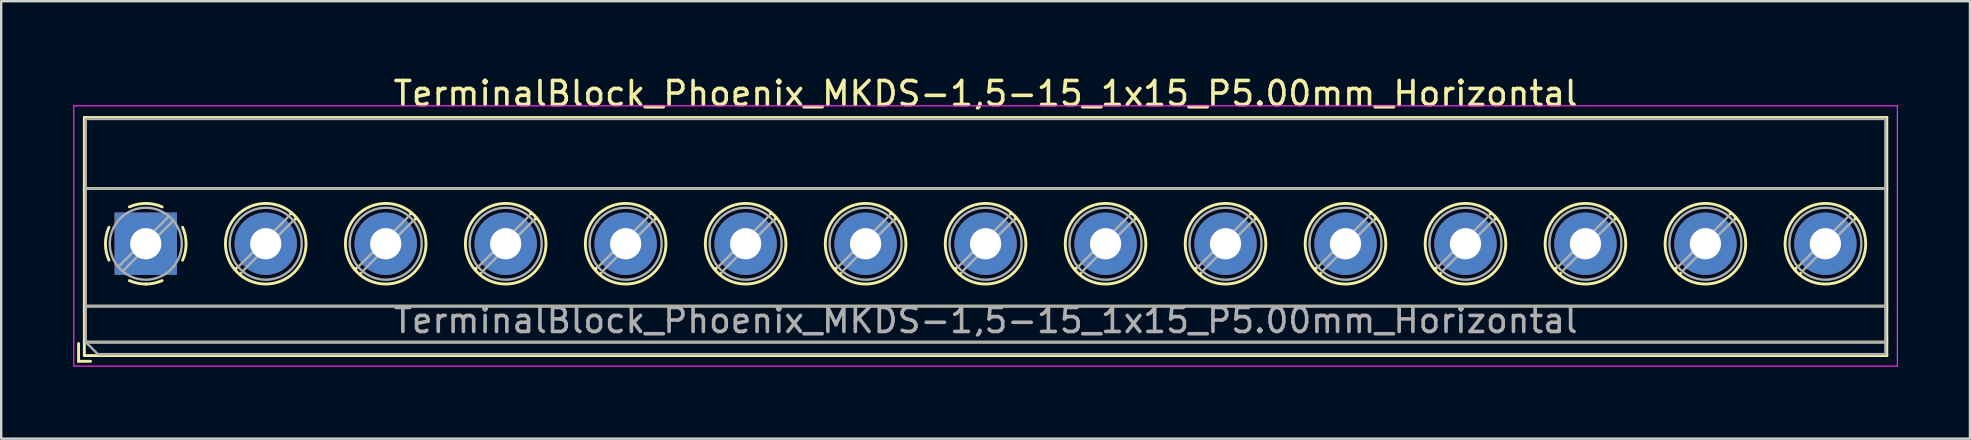
<source format=kicad_pcb>
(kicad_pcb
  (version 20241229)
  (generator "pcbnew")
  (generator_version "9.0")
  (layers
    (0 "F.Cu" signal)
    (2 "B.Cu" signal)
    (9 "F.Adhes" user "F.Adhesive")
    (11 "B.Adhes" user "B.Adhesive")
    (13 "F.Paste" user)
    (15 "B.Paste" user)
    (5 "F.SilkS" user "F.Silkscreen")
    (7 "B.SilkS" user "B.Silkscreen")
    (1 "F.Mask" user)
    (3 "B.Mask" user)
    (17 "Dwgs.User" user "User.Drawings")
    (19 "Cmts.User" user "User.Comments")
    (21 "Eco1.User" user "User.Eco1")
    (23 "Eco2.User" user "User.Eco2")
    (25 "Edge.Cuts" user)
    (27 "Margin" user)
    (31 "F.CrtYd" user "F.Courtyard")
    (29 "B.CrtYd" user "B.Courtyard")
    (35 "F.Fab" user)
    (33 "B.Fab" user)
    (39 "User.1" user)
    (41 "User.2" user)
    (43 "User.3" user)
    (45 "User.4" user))
  (footprint "TerminalBlock_Phoenix_MKDS-1,5-15_1x15_P5.00mm_Horizontal"
    (layer "F.Cu")
    (at 3.025 7.108)
    (property "Reference" "TerminalBlock_Phoenix_MKDS-1,5-15_1x15_P5.00mm_Horizontal" (at 35 -6.26 0) (layer "F.SilkS") (effects (font (size 1 1) (thickness 0.15))))
    (attr through_hole)
    (fp_line (start -2.8 4.16) (end -2.8 4.9) (stroke (width 0.12) (type solid)) (layer "F.SilkS"))
    (fp_line (start -2.8 4.9) (end -2.3 4.9) (stroke (width 0.12) (type solid)) (layer "F.SilkS"))
    (fp_line (start -2.56 -5.261) (end -2.56 4.66) (stroke (width 0.12) (type solid)) (layer "F.SilkS"))
    (fp_line (start -2.56 -5.261) (end 72.56 -5.261) (stroke (width 0.12) (type solid)) (layer "F.SilkS"))
    (fp_line (start -2.56 -2.301) (end 72.56 -2.301) (stroke (width 0.12) (type solid)) (layer "F.SilkS"))
    (fp_line (start -2.56 2.6) (end 72.56 2.6) (stroke (width 0.12) (type solid)) (layer "F.SilkS"))
    (fp_line (start -2.56 4.1) (end 72.56 4.1) (stroke (width 0.12) (type solid)) (layer "F.SilkS"))
    (fp_line (start -2.56 4.66) (end 72.56 4.66) (stroke (width 0.12) (type solid)) (layer "F.SilkS"))
    (fp_line (start 3.773 1.023) (end 3.726 1.069) (stroke (width 0.12) (type solid)) (layer "F.SilkS"))
    (fp_line (start 3.966 1.239) (end 3.931 1.274) (stroke (width 0.12) (type solid)) (layer "F.SilkS"))
    (fp_line (start 6.07 -1.275) (end 6.035 -1.239) (stroke (width 0.12) (type solid)) (layer "F.SilkS"))
    (fp_line (start 6.275 -1.069) (end 6.228 -1.023) (stroke (width 0.12) (type solid)) (layer "F.SilkS"))
    (fp_line (start 8.773 1.023) (end 8.726 1.069) (stroke (width 0.12) (type solid)) (layer "F.SilkS"))
    (fp_line (start 8.966 1.239) (end 8.931 1.274) (stroke (width 0.12) (type solid)) (layer "F.SilkS"))
    (fp_line (start 11.07 -1.275) (end 11.035 -1.239) (stroke (width 0.12) (type solid)) (layer "F.SilkS"))
    (fp_line (start 11.275 -1.069) (end 11.228 -1.023) (stroke (width 0.12) (type solid)) (layer "F.SilkS"))
    (fp_line (start 13.773 1.023) (end 13.726 1.069) (stroke (width 0.12) (type solid)) (layer "F.SilkS"))
    (fp_line (start 13.966 1.239) (end 13.931 1.274) (stroke (width 0.12) (type solid)) (layer "F.SilkS"))
    (fp_line (start 16.07 -1.275) (end 16.035 -1.239) (stroke (width 0.12) (type solid)) (layer "F.SilkS"))
    (fp_line (start 16.275 -1.069) (end 16.228 -1.023) (stroke (width 0.12) (type solid)) (layer "F.SilkS"))
    (fp_line (start 18.773 1.023) (end 18.726 1.069) (stroke (width 0.12) (type solid)) (layer "F.SilkS"))
    (fp_line (start 18.966 1.239) (end 18.931 1.274) (stroke (width 0.12) (type solid)) (layer "F.SilkS"))
    (fp_line (start 21.07 -1.275) (end 21.035 -1.239) (stroke (width 0.12) (type solid)) (layer "F.SilkS"))
    (fp_line (start 21.275 -1.069) (end 21.228 -1.023) (stroke (width 0.12) (type solid)) (layer "F.SilkS"))
    (fp_line (start 23.773 1.023) (end 23.726 1.069) (stroke (width 0.12) (type solid)) (layer "F.SilkS"))
    (fp_line (start 23.966 1.239) (end 23.931 1.274) (stroke (width 0.12) (type solid)) (layer "F.SilkS"))
    (fp_line (start 26.07 -1.275) (end 26.035 -1.239) (stroke (width 0.12) (type solid)) (layer "F.SilkS"))
    (fp_line (start 26.275 -1.069) (end 26.228 -1.023) (stroke (width 0.12) (type solid)) (layer "F.SilkS"))
    (fp_line (start 28.773 1.023) (end 28.726 1.069) (stroke (width 0.12) (type solid)) (layer "F.SilkS"))
    (fp_line (start 28.966 1.239) (end 28.931 1.274) (stroke (width 0.12) (type solid)) (layer "F.SilkS"))
    (fp_line (start 31.07 -1.275) (end 31.035 -1.239) (stroke (width 0.12) (type solid)) (layer "F.SilkS"))
    (fp_line (start 31.275 -1.069) (end 31.228 -1.023) (stroke (width 0.12) (type solid)) (layer "F.SilkS"))
    (fp_line (start 33.773 1.023) (end 33.726 1.069) (stroke (width 0.12) (type solid)) (layer "F.SilkS"))
    (fp_line (start 33.966 1.239) (end 33.931 1.274) (stroke (width 0.12) (type solid)) (layer "F.SilkS"))
    (fp_line (start 36.07 -1.275) (end 36.035 -1.239) (stroke (width 0.12) (type solid)) (layer "F.SilkS"))
    (fp_line (start 36.275 -1.069) (end 36.228 -1.023) (stroke (width 0.12) (type solid)) (layer "F.SilkS"))
    (fp_line (start 38.773 1.023) (end 38.726 1.069) (stroke (width 0.12) (type solid)) (layer "F.SilkS"))
    (fp_line (start 38.966 1.239) (end 38.931 1.274) (stroke (width 0.12) (type solid)) (layer "F.SilkS"))
    (fp_line (start 41.07 -1.275) (end 41.035 -1.239) (stroke (width 0.12) (type solid)) (layer "F.SilkS"))
    (fp_line (start 41.275 -1.069) (end 41.228 -1.023) (stroke (width 0.12) (type solid)) (layer "F.SilkS"))
    (fp_line (start 43.773 1.023) (end 43.726 1.069) (stroke (width 0.12) (type solid)) (layer "F.SilkS"))
    (fp_line (start 43.966 1.239) (end 43.931 1.274) (stroke (width 0.12) (type solid)) (layer "F.SilkS"))
    (fp_line (start 46.07 -1.275) (end 46.035 -1.239) (stroke (width 0.12) (type solid)) (layer "F.SilkS"))
    (fp_line (start 46.275 -1.069) (end 46.228 -1.023) (stroke (width 0.12) (type solid)) (layer "F.SilkS"))
    (fp_line (start 48.773 1.023) (end 48.726 1.069) (stroke (width 0.12) (type solid)) (layer "F.SilkS"))
    (fp_line (start 48.966 1.239) (end 48.931 1.274) (stroke (width 0.12) (type solid)) (layer "F.SilkS"))
    (fp_line (start 51.07 -1.275) (end 51.035 -1.239) (stroke (width 0.12) (type solid)) (layer "F.SilkS"))
    (fp_line (start 51.275 -1.069) (end 51.228 -1.023) (stroke (width 0.12) (type solid)) (layer "F.SilkS"))
    (fp_line (start 53.773 1.023) (end 53.726 1.069) (stroke (width 0.12) (type solid)) (layer "F.SilkS"))
    (fp_line (start 53.966 1.239) (end 53.931 1.274) (stroke (width 0.12) (type solid)) (layer "F.SilkS"))
    (fp_line (start 56.07 -1.275) (end 56.035 -1.239) (stroke (width 0.12) (type solid)) (layer "F.SilkS"))
    (fp_line (start 56.275 -1.069) (end 56.228 -1.023) (stroke (width 0.12) (type solid)) (layer "F.SilkS"))
    (fp_line (start 58.773 1.023) (end 58.726 1.069) (stroke (width 0.12) (type solid)) (layer "F.SilkS"))
    (fp_line (start 58.966 1.239) (end 58.931 1.274) (stroke (width 0.12) (type solid)) (layer "F.SilkS"))
    (fp_line (start 61.07 -1.275) (end 61.035 -1.239) (stroke (width 0.12) (type solid)) (layer "F.SilkS"))
    (fp_line (start 61.275 -1.069) (end 61.228 -1.023) (stroke (width 0.12) (type solid)) (layer "F.SilkS"))
    (fp_line (start 63.773 1.023) (end 63.726 1.069) (stroke (width 0.12) (type solid)) (layer "F.SilkS"))
    (fp_line (start 63.966 1.239) (end 63.931 1.274) (stroke (width 0.12) (type solid)) (layer "F.SilkS"))
    (fp_line (start 66.07 -1.275) (end 66.035 -1.239) (stroke (width 0.12) (type solid)) (layer "F.SilkS"))
    (fp_line (start 66.275 -1.069) (end 66.228 -1.023) (stroke (width 0.12) (type solid)) (layer "F.SilkS"))
    (fp_line (start 68.773 1.023) (end 68.726 1.069) (stroke (width 0.12) (type solid)) (layer "F.SilkS"))
    (fp_line (start 68.966 1.239) (end 68.931 1.274) (stroke (width 0.12) (type solid)) (layer "F.SilkS"))
    (fp_line (start 71.07 -1.275) (end 71.035 -1.239) (stroke (width 0.12) (type solid)) (layer "F.SilkS"))
    (fp_line (start 71.275 -1.069) (end 71.228 -1.023) (stroke (width 0.12) (type solid)) (layer "F.SilkS"))
    (fp_line (start 72.56 -5.261) (end 72.56 4.66) (stroke (width 0.12) (type solid)) (layer "F.SilkS"))
    (fp_arc (start -1.535427 0.683042) (mid -1.680501 -0.000524) (end -1.535 -0.684) (stroke (width 0.12) (type solid)) (layer "F.SilkS"))
    (fp_arc (start -0.683042 -1.535427) (mid 0.000524 -1.680501) (end 0.684 -1.535) (stroke (width 0.12) (type solid)) (layer "F.SilkS"))
    (fp_arc (start 0.028805 1.680253) (mid -0.335551 1.646659) (end -0.684 1.535) (stroke (width 0.12) (type solid)) (layer "F.SilkS"))
    (fp_arc (start 0.683318 1.534756) (mid 0.349292 1.643288) (end 0 1.68) (stroke (width 0.12) (type solid)) (layer "F.SilkS"))
    (fp_arc (start 1.535427 -0.683042) (mid 1.680501 0.000524) (end 1.535 0.684) (stroke (width 0.12) (type solid)) (layer "F.SilkS"))
    (fp_circle (center 5 0) (end 6.68 0) (stroke (width 0.12) (type solid)) (fill no) (layer "F.SilkS"))
    (fp_circle (center 10 0) (end 11.68 0) (stroke (width 0.12) (type solid)) (fill no) (layer "F.SilkS"))
    (fp_circle (center 15 0) (end 16.68 0) (stroke (width 0.12) (type solid)) (fill no) (layer "F.SilkS"))
    (fp_circle (center 20 0) (end 21.68 0) (stroke (width 0.12) (type solid)) (fill no) (layer "F.SilkS"))
    (fp_circle (center 25 0) (end 26.68 0) (stroke (width 0.12) (type solid)) (fill no) (layer "F.SilkS"))
    (fp_circle (center 30 0) (end 31.68 0) (stroke (width 0.12) (type solid)) (fill no) (layer "F.SilkS"))
    (fp_circle (center 35 0) (end 36.68 0) (stroke (width 0.12) (type solid)) (fill no) (layer "F.SilkS"))
    (fp_circle (center 40 0) (end 41.68 0) (stroke (width 0.12) (type solid)) (fill no) (layer "F.SilkS"))
    (fp_circle (center 45 0) (end 46.68 0) (stroke (width 0.12) (type solid)) (fill no) (layer "F.SilkS"))
    (fp_circle (center 50 0) (end 51.68 0) (stroke (width 0.12) (type solid)) (fill no) (layer "F.SilkS"))
    (fp_circle (center 55 0) (end 56.68 0) (stroke (width 0.12) (type solid)) (fill no) (layer "F.SilkS"))
    (fp_circle (center 60 0) (end 61.68 0) (stroke (width 0.12) (type solid)) (fill no) (layer "F.SilkS"))
    (fp_circle (center 65 0) (end 66.68 0) (stroke (width 0.12) (type solid)) (fill no) (layer "F.SilkS"))
    (fp_circle (center 70 0) (end 71.68 0) (stroke (width 0.12) (type solid)) (fill no) (layer "F.SilkS"))
    (fp_line (start -3 -5.75) (end -3 5.1) (stroke (width 0.05) (type solid)) (layer "F.CrtYd"))
    (fp_line (start -3 5.1) (end 73 5.1) (stroke (width 0.05) (type solid)) (layer "F.CrtYd"))
    (fp_line (start 73 -5.75) (end -3 -5.75) (stroke (width 0.05) (type solid)) (layer "F.CrtYd"))
    (fp_line (start 73 5.1) (end 73 -5.75) (stroke (width 0.05) (type solid)) (layer "F.CrtYd"))
    (fp_line (start -2.5 -5.2) (end 72.5 -5.2) (stroke (width 0.1) (type solid)) (layer "F.Fab"))
    (fp_line (start -2.5 -2.3) (end 72.5 -2.3) (stroke (width 0.1) (type solid)) (layer "F.Fab"))
    (fp_line (start -2.5 2.6) (end 72.5 2.6) (stroke (width 0.1) (type solid)) (layer "F.Fab"))
    (fp_line (start -2.5 4.1) (end -2.5 -5.2) (stroke (width 0.1) (type solid)) (layer "F.Fab"))
    (fp_line (start -2.5 4.1) (end 72.5 4.1) (stroke (width 0.1) (type solid)) (layer "F.Fab"))
    (fp_line (start -2 4.6) (end -2.5 4.1) (stroke (width 0.1) (type solid)) (layer "F.Fab"))
    (fp_line (start 0.955 -1.138) (end -1.138 0.955) (stroke (width 0.1) (type solid)) (layer "F.Fab"))
    (fp_line (start 1.138 -0.955) (end -0.955 1.138) (stroke (width 0.1) (type solid)) (layer "F.Fab"))
    (fp_line (start 5.955 -1.138) (end 3.863 0.955) (stroke (width 0.1) (type solid)) (layer "F.Fab"))
    (fp_line (start 6.138 -0.955) (end 4.046 1.138) (stroke (width 0.1) (type solid)) (layer "F.Fab"))
    (fp_line (start 10.955 -1.138) (end 8.863 0.955) (stroke (width 0.1) (type solid)) (layer "F.Fab"))
    (fp_line (start 11.138 -0.955) (end 9.046 1.138) (stroke (width 0.1) (type solid)) (layer "F.Fab"))
    (fp_line (start 15.955 -1.138) (end 13.863 0.955) (stroke (width 0.1) (type solid)) (layer "F.Fab"))
    (fp_line (start 16.138 -0.955) (end 14.046 1.138) (stroke (width 0.1) (type solid)) (layer "F.Fab"))
    (fp_line (start 20.955 -1.138) (end 18.863 0.955) (stroke (width 0.1) (type solid)) (layer "F.Fab"))
    (fp_line (start 21.138 -0.955) (end 19.046 1.138) (stroke (width 0.1) (type solid)) (layer "F.Fab"))
    (fp_line (start 25.955 -1.138) (end 23.863 0.955) (stroke (width 0.1) (type solid)) (layer "F.Fab"))
    (fp_line (start 26.138 -0.955) (end 24.046 1.138) (stroke (width 0.1) (type solid)) (layer "F.Fab"))
    (fp_line (start 30.955 -1.138) (end 28.863 0.955) (stroke (width 0.1) (type solid)) (layer "F.Fab"))
    (fp_line (start 31.138 -0.955) (end 29.046 1.138) (stroke (width 0.1) (type solid)) (layer "F.Fab"))
    (fp_line (start 35.955 -1.138) (end 33.863 0.955) (stroke (width 0.1) (type solid)) (layer "F.Fab"))
    (fp_line (start 36.138 -0.955) (end 34.046 1.138) (stroke (width 0.1) (type solid)) (layer "F.Fab"))
    (fp_line (start 40.955 -1.138) (end 38.863 0.955) (stroke (width 0.1) (type solid)) (layer "F.Fab"))
    (fp_line (start 41.138 -0.955) (end 39.046 1.138) (stroke (width 0.1) (type solid)) (layer "F.Fab"))
    (fp_line (start 45.955 -1.138) (end 43.863 0.955) (stroke (width 0.1) (type solid)) (layer "F.Fab"))
    (fp_line (start 46.138 -0.955) (end 44.046 1.138) (stroke (width 0.1) (type solid)) (layer "F.Fab"))
    (fp_line (start 50.955 -1.138) (end 48.863 0.955) (stroke (width 0.1) (type solid)) (layer "F.Fab"))
    (fp_line (start 51.138 -0.955) (end 49.046 1.138) (stroke (width 0.1) (type solid)) (layer "F.Fab"))
    (fp_line (start 55.955 -1.138) (end 53.863 0.955) (stroke (width 0.1) (type solid)) (layer "F.Fab"))
    (fp_line (start 56.138 -0.955) (end 54.046 1.138) (stroke (width 0.1) (type solid)) (layer "F.Fab"))
    (fp_line (start 60.955 -1.138) (end 58.863 0.955) (stroke (width 0.1) (type solid)) (layer "F.Fab"))
    (fp_line (start 61.138 -0.955) (end 59.046 1.138) (stroke (width 0.1) (type solid)) (layer "F.Fab"))
    (fp_line (start 65.955 -1.138) (end 63.863 0.955) (stroke (width 0.1) (type solid)) (layer "F.Fab"))
    (fp_line (start 66.138 -0.955) (end 64.046 1.138) (stroke (width 0.1) (type solid)) (layer "F.Fab"))
    (fp_line (start 70.955 -1.138) (end 68.863 0.955) (stroke (width 0.1) (type solid)) (layer "F.Fab"))
    (fp_line (start 71.138 -0.955) (end 69.046 1.138) (stroke (width 0.1) (type solid)) (layer "F.Fab"))
    (fp_line (start 72.5 -5.2) (end 72.5 4.6) (stroke (width 0.1) (type solid)) (layer "F.Fab"))
    (fp_line (start 72.5 4.6) (end -2 4.6) (stroke (width 0.1) (type solid)) (layer "F.Fab"))
    (fp_circle (center 0 0) (end 1.5 0) (stroke (width 0.1) (type solid)) (fill no) (layer "F.Fab"))
    (fp_circle (center 5 0) (end 6.5 0) (stroke (width 0.1) (type solid)) (fill no) (layer "F.Fab"))
    (fp_circle (center 10 0) (end 11.5 0) (stroke (width 0.1) (type solid)) (fill no) (layer "F.Fab"))
    (fp_circle (center 15 0) (end 16.5 0) (stroke (width 0.1) (type solid)) (fill no) (layer "F.Fab"))
    (fp_circle (center 20 0) (end 21.5 0) (stroke (width 0.1) (type solid)) (fill no) (layer "F.Fab"))
    (fp_circle (center 25 0) (end 26.5 0) (stroke (width 0.1) (type solid)) (fill no) (layer "F.Fab"))
    (fp_circle (center 30 0) (end 31.5 0) (stroke (width 0.1) (type solid)) (fill no) (layer "F.Fab"))
    (fp_circle (center 35 0) (end 36.5 0) (stroke (width 0.1) (type solid)) (fill no) (layer "F.Fab"))
    (fp_circle (center 40 0) (end 41.5 0) (stroke (width 0.1) (type solid)) (fill no) (layer "F.Fab"))
    (fp_circle (center 45 0) (end 46.5 0) (stroke (width 0.1) (type solid)) (fill no) (layer "F.Fab"))
    (fp_circle (center 50 0) (end 51.5 0) (stroke (width 0.1) (type solid)) (fill no) (layer "F.Fab"))
    (fp_circle (center 55 0) (end 56.5 0) (stroke (width 0.1) (type solid)) (fill no) (layer "F.Fab"))
    (fp_circle (center 60 0) (end 61.5 0) (stroke (width 0.1) (type solid)) (fill no) (layer "F.Fab"))
    (fp_circle (center 65 0) (end 66.5 0) (stroke (width 0.1) (type solid)) (fill no) (layer "F.Fab"))
    (fp_circle (center 70 0) (end 71.5 0) (stroke (width 0.1) (type solid)) (fill no) (layer "F.Fab"))
    (fp_text user "${REFERENCE}" (at 35 3.2 0) (layer "F.Fab") (effects (font (size 1 1) (thickness 0.15))))
    (pad "1" thru_hole rect (at 0 0) (size 2.6 2.6) (drill 1.3) (layers "*.Cu" "*.Mask"))
    (pad "2" thru_hole circle (at 5 0) (size 2.6 2.6) (drill 1.3) (layers "*.Cu" "*.Mask"))
    (pad "3" thru_hole circle (at 10 0) (size 2.6 2.6) (drill 1.3) (layers "*.Cu" "*.Mask"))
    (pad "4" thru_hole circle (at 15 0) (size 2.6 2.6) (drill 1.3) (layers "*.Cu" "*.Mask"))
    (pad "5" thru_hole circle (at 20 0) (size 2.6 2.6) (drill 1.3) (layers "*.Cu" "*.Mask"))
    (pad "6" thru_hole circle (at 25 0) (size 2.6 2.6) (drill 1.3) (layers "*.Cu" "*.Mask"))
    (pad "7" thru_hole circle (at 30 0) (size 2.6 2.6) (drill 1.3) (layers "*.Cu" "*.Mask"))
    (pad "8" thru_hole circle (at 35 0) (size 2.6 2.6) (drill 1.3) (layers "*.Cu" "*.Mask"))
    (pad "9" thru_hole circle (at 40 0) (size 2.6 2.6) (drill 1.3) (layers "*.Cu" "*.Mask"))
    (pad "10" thru_hole circle (at 45 0) (size 2.6 2.6) (drill 1.3) (layers "*.Cu" "*.Mask"))
    (pad "11" thru_hole circle (at 50 0) (size 2.6 2.6) (drill 1.3) (layers "*.Cu" "*.Mask"))
    (pad "12" thru_hole circle (at 55 0) (size 2.6 2.6) (drill 1.3) (layers "*.Cu" "*.Mask"))
    (pad "13" thru_hole circle (at 60 0) (size 2.6 2.6) (drill 1.3) (layers "*.Cu" "*.Mask"))
    (pad "14" thru_hole circle (at 65 0) (size 2.6 2.6) (drill 1.3) (layers "*.Cu" "*.Mask"))
    (pad "15" thru_hole circle (at 70 0) (size 2.6 2.6) (drill 1.3) (layers "*.Cu" "*.Mask")))
  (gr_rect
    (start -3 -3)
    (end 79.05 15.233)
    (stroke (width 0.1) (type default))
    (fill no)
    (layer "Edge.Cuts")))
</source>
